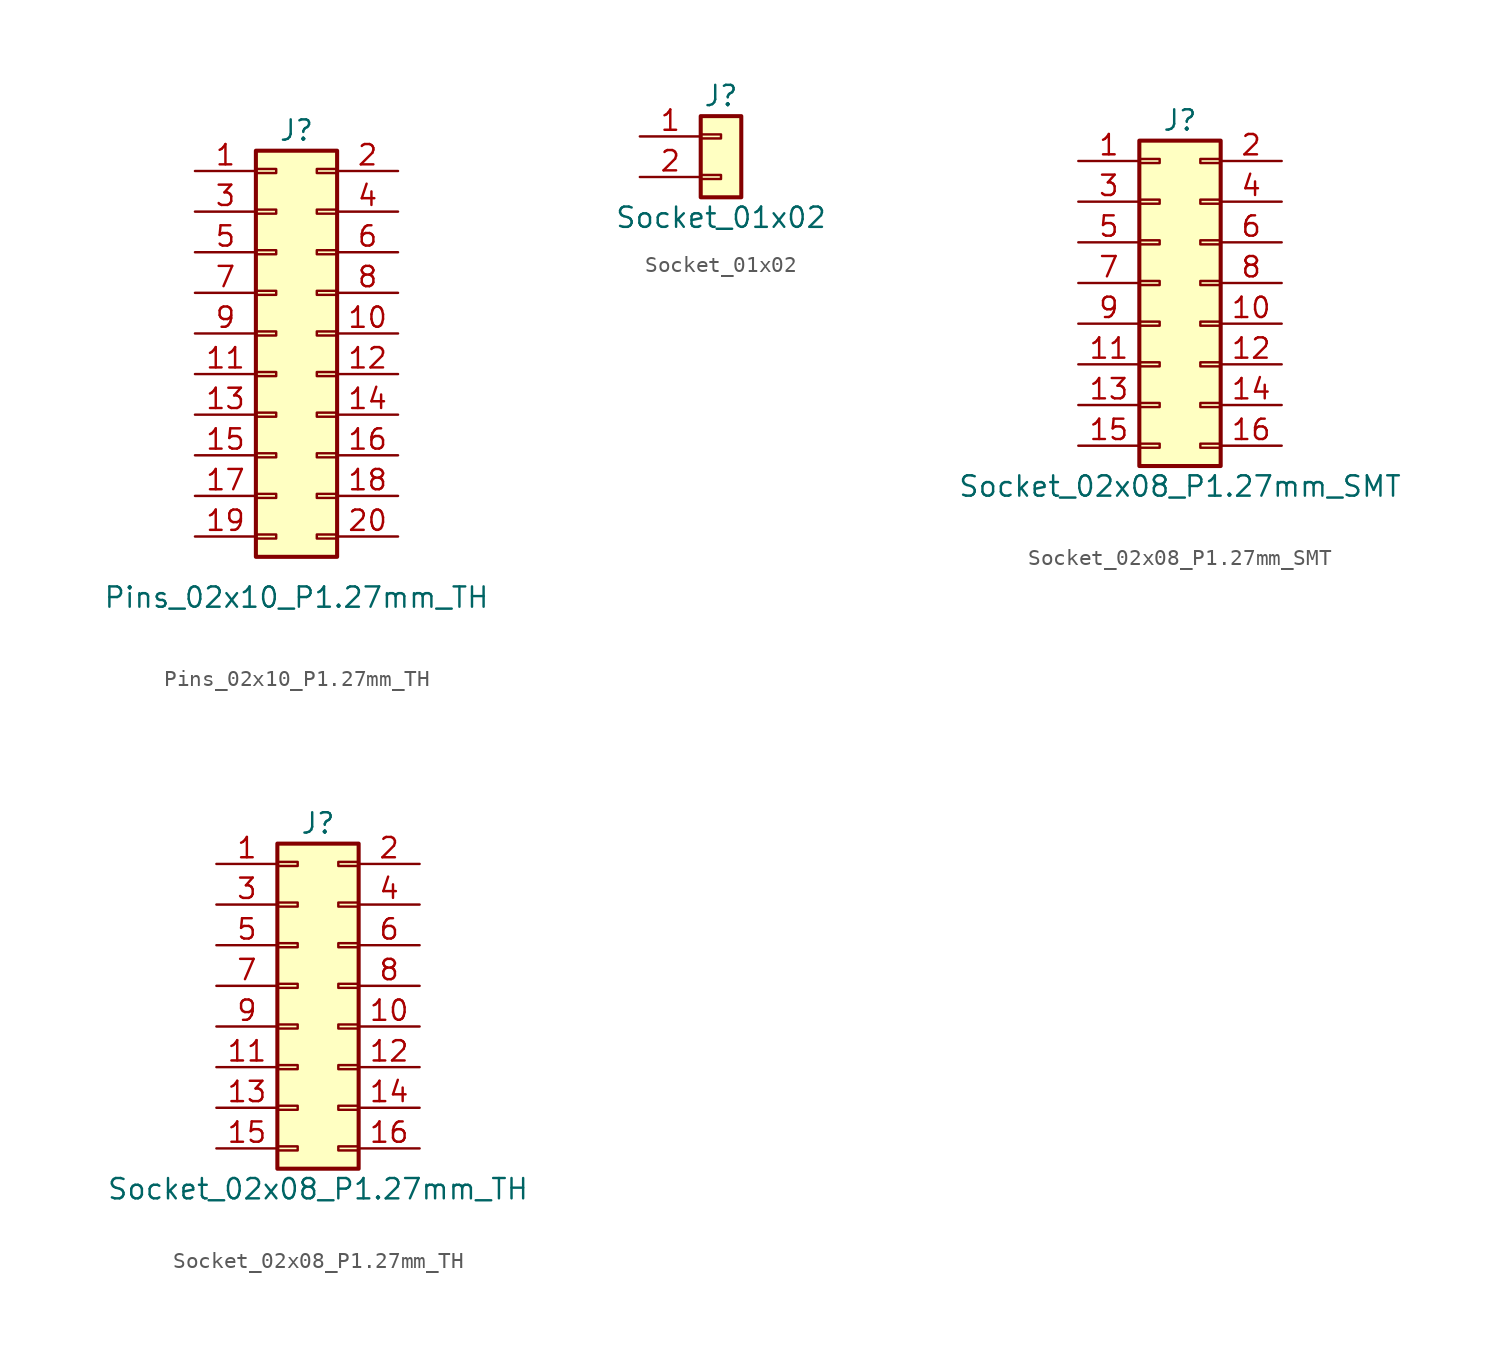
<source format=kicad_sym>
(kicad_symbol_lib
  (version 20211014)
  (generator kicad_symbol_editor)
  (symbol "Pins_02x10_P1.27mm_TH"
    (pin_names
      (offset 1.016) hide)
    (property "Reference" "J"
      (at 0 13.97 0)
      (effects (font (size 1.27 1.27))))
    (property "Value" "Pins_02x10_P1.27mm_TH"
      (at 0 -15.24 0)
      (effects (font (size 1.27 1.27))))
    (symbol "Pins_02x10_P1.27mm_TH_1_1"
      (rectangle (start -2.54 -11.303) (end -1.27 -11.557) (stroke (width 0) (type default) (color 0 0 0 0)) (fill (type none)))
      (rectangle (start -2.54 -8.763) (end -1.27 -9.017) (stroke (width 0) (type default) (color 0 0 0 0)) (fill (type none)))
      (rectangle (start -2.54 -6.223) (end -1.27 -6.477) (stroke (width 0) (type default) (color 0 0 0 0)) (fill (type none)))
      (rectangle (start -2.54 -3.683) (end -1.27 -3.937) (stroke (width 0) (type default) (color 0 0 0 0)) (fill (type none)))
      (rectangle (start -2.54 -1.143) (end -1.27 -1.397) (stroke (width 0) (type default) (color 0 0 0 0)) (fill (type none)))
      (rectangle (start -2.54 1.397) (end -1.27 1.143) (stroke (width 0) (type default) (color 0 0 0 0)) (fill (type none)))
      (rectangle (start -2.54 3.937) (end -1.27 3.683) (stroke (width 0) (type default) (color 0 0 0 0)) (fill (type none)))
      (rectangle (start -2.54 6.477) (end -1.27 6.223) (stroke (width 0) (type default) (color 0 0 0 0)) (fill (type none)))
      (rectangle (start -2.54 9.017) (end -1.27 8.763) (stroke (width 0) (type default) (color 0 0 0 0)) (fill (type none)))
      (rectangle (start -2.54 11.557) (end -1.27 11.303) (stroke (width 0) (type default) (color 0 0 0 0)) (fill (type none)))
      (rectangle (start -2.54 12.7) (end 2.54 -12.7) (stroke (width 0.254) (type default) (color 0 0 0 0)) (fill (type background)))
      (rectangle (start 1.27 -11.303) (end 2.54 -11.557) (stroke (width 0) (type default) (color 0 0 0 0)) (fill (type none)))
      (rectangle (start 1.27 -8.763) (end 2.54 -9.017) (stroke (width 0) (type default) (color 0 0 0 0)) (fill (type none)))
      (rectangle (start 1.27 -6.223) (end 2.54 -6.477) (stroke (width 0) (type default) (color 0 0 0 0)) (fill (type none)))
      (rectangle (start 1.27 -3.683) (end 2.54 -3.937) (stroke (width 0) (type default) (color 0 0 0 0)) (fill (type none)))
      (rectangle (start 1.27 -1.143) (end 2.54 -1.397) (stroke (width 0) (type default) (color 0 0 0 0)) (fill (type none)))
      (rectangle (start 1.27 1.397) (end 2.54 1.143) (stroke (width 0) (type default) (color 0 0 0 0)) (fill (type none)))
      (rectangle (start 1.27 3.937) (end 2.54 3.683) (stroke (width 0) (type default) (color 0 0 0 0)) (fill (type none)))
      (rectangle (start 1.27 6.477) (end 2.54 6.223) (stroke (width 0) (type default) (color 0 0 0 0)) (fill (type none)))
      (rectangle (start 1.27 9.017) (end 2.54 8.763) (stroke (width 0) (type default) (color 0 0 0 0)) (fill (type none)))
      (rectangle (start 1.27 11.557) (end 2.54 11.303) (stroke (width 0) (type default) (color 0 0 0 0)) (fill (type none)))
      (pin passive line (at -6.35 11.43 0) (length 3.81) (name "1" (effects (font (size 1.27 1.27)))) (number "1" (effects (font (size 1.27 1.27)))))
      (pin passive line (at 6.35 1.27 180) (length 3.81) (name "10" (effects (font (size 1.27 1.27)))) (number "10" (effects (font (size 1.27 1.27)))))
      (pin passive line (at -6.35 -1.27 0) (length 3.81) (name "11" (effects (font (size 1.27 1.27)))) (number "11" (effects (font (size 1.27 1.27)))))
      (pin passive line (at 6.35 -1.27 180) (length 3.81) (name "12" (effects (font (size 1.27 1.27)))) (number "12" (effects (font (size 1.27 1.27)))))
      (pin passive line (at -6.35 -3.81 0) (length 3.81) (name "13" (effects (font (size 1.27 1.27)))) (number "13" (effects (font (size 1.27 1.27)))))
      (pin passive line (at 6.35 -3.81 180) (length 3.81) (name "14" (effects (font (size 1.27 1.27)))) (number "14" (effects (font (size 1.27 1.27)))))
      (pin passive line (at -6.35 -6.35 0) (length 3.81) (name "15" (effects (font (size 1.27 1.27)))) (number "15" (effects (font (size 1.27 1.27)))))
      (pin passive line (at 6.35 -6.35 180) (length 3.81) (name "16" (effects (font (size 1.27 1.27)))) (number "16" (effects (font (size 1.27 1.27)))))
      (pin passive line (at -6.35 -8.89 0) (length 3.81) (name "17" (effects (font (size 1.27 1.27)))) (number "17" (effects (font (size 1.27 1.27)))))
      (pin passive line (at 6.35 -8.89 180) (length 3.81) (name "18" (effects (font (size 1.27 1.27)))) (number "18" (effects (font (size 1.27 1.27)))))
      (pin passive line (at -6.35 -11.43 0) (length 3.81) (name "19" (effects (font (size 1.27 1.27)))) (number "19" (effects (font (size 1.27 1.27)))))
      (pin passive line (at 6.35 11.43 180) (length 3.81) (name "2" (effects (font (size 1.27 1.27)))) (number "2" (effects (font (size 1.27 1.27)))))
      (pin passive line (at 6.35 -11.43 180) (length 3.81) (name "20" (effects (font (size 1.27 1.27)))) (number "20" (effects (font (size 1.27 1.27)))))
      (pin passive line (at -6.35 8.89 0) (length 3.81) (name "3" (effects (font (size 1.27 1.27)))) (number "3" (effects (font (size 1.27 1.27)))))
      (pin passive line (at 6.35 8.89 180) (length 3.81) (name "4" (effects (font (size 1.27 1.27)))) (number "4" (effects (font (size 1.27 1.27)))))
      (pin passive line (at -6.35 6.35 0) (length 3.81) (name "5" (effects (font (size 1.27 1.27)))) (number "5" (effects (font (size 1.27 1.27)))))
      (pin passive line (at 6.35 6.35 180) (length 3.81) (name "6" (effects (font (size 1.27 1.27)))) (number "6" (effects (font (size 1.27 1.27)))))
      (pin passive line (at -6.35 3.81 0) (length 3.81) (name "7" (effects (font (size 1.27 1.27)))) (number "7" (effects (font (size 1.27 1.27)))))
      (pin passive line (at 6.35 3.81 180) (length 3.81) (name "8" (effects (font (size 1.27 1.27)))) (number "8" (effects (font (size 1.27 1.27)))))
      (pin passive line (at -6.35 1.27 0) (length 3.81) (name "9" (effects (font (size 1.27 1.27)))) (number "9" (effects (font (size 1.27 1.27)))))))
  (symbol "Socket_01x02"
    (pin_names
      (offset 1.016) hide)
    (property "Reference" "J"
      (at 0 2.54 0)
      (effects (font (size 1.27 1.27))))
    (property "Value" "Socket_01x02"
      (at 0 -5.08 0)
      (effects (font (size 1.27 1.27))))
    (symbol "Socket_01x02_1_1"
      (rectangle (start -1.27 -2.413) (end 0 -2.667) (stroke (width 0.152) (type default) (color 0 0 0 0)) (fill (type none)))
      (rectangle (start -1.27 0.127) (end 0 -0.127) (stroke (width 0.152) (type default) (color 0 0 0 0)) (fill (type none)))
      (rectangle (start -1.27 1.27) (end 1.27 -3.81) (stroke (width 0.254) (type default) (color 0 0 0 0)) (fill (type background)))
      (pin passive line (at -5.08 0 0) (length 3.81) (name "Pin_1" (effects (font (size 1.27 1.27)))) (number "1" (effects (font (size 1.27 1.27)))))
      (pin passive line (at -5.08 -2.54 0) (length 3.81) (name "Pin_2" (effects (font (size 1.27 1.27)))) (number "2" (effects (font (size 1.27 1.27)))))))
  (symbol "Socket_02x08_P1.27mm_SMT"
    (pin_names
      (offset 1.016) hide)
    (property "Reference" "J"
      (at 0 11.43 0)
      (effects (font (size 1.27 1.27))))
    (property "Value" "Socket_02x08_P1.27mm_SMT"
      (at 0 -11.43 0)
      (effects (font (size 1.27 1.27))))
    (symbol "Socket_02x08_P1.27mm_SMT_1_1"
      (rectangle (start -2.54 -8.763) (end -1.27 -9.017) (stroke (width 0) (type default) (color 0 0 0 0)) (fill (type none)))
      (rectangle (start -2.54 -6.223) (end -1.27 -6.477) (stroke (width 0) (type default) (color 0 0 0 0)) (fill (type none)))
      (rectangle (start -2.54 -3.683) (end -1.27 -3.937) (stroke (width 0) (type default) (color 0 0 0 0)) (fill (type none)))
      (rectangle (start -2.54 -1.143) (end -1.27 -1.397) (stroke (width 0) (type default) (color 0 0 0 0)) (fill (type none)))
      (rectangle (start -2.54 1.397) (end -1.27 1.143) (stroke (width 0) (type default) (color 0 0 0 0)) (fill (type none)))
      (rectangle (start -2.54 3.937) (end -1.27 3.683) (stroke (width 0) (type default) (color 0 0 0 0)) (fill (type none)))
      (rectangle (start -2.54 6.477) (end -1.27 6.223) (stroke (width 0) (type default) (color 0 0 0 0)) (fill (type none)))
      (rectangle (start -2.54 9.017) (end -1.27 8.763) (stroke (width 0) (type default) (color 0 0 0 0)) (fill (type none)))
      (rectangle (start -2.54 10.16) (end 2.54 -10.16) (stroke (width 0.254) (type default) (color 0 0 0 0)) (fill (type background)))
      (rectangle (start 1.27 -8.763) (end 2.54 -9.017) (stroke (width 0) (type default) (color 0 0 0 0)) (fill (type none)))
      (rectangle (start 1.27 -6.223) (end 2.54 -6.477) (stroke (width 0) (type default) (color 0 0 0 0)) (fill (type none)))
      (rectangle (start 1.27 -3.683) (end 2.54 -3.937) (stroke (width 0) (type default) (color 0 0 0 0)) (fill (type none)))
      (rectangle (start 1.27 -1.143) (end 2.54 -1.397) (stroke (width 0) (type default) (color 0 0 0 0)) (fill (type none)))
      (rectangle (start 1.27 1.397) (end 2.54 1.143) (stroke (width 0) (type default) (color 0 0 0 0)) (fill (type none)))
      (rectangle (start 1.27 3.937) (end 2.54 3.683) (stroke (width 0) (type default) (color 0 0 0 0)) (fill (type none)))
      (rectangle (start 1.27 6.477) (end 2.54 6.223) (stroke (width 0) (type default) (color 0 0 0 0)) (fill (type none)))
      (rectangle (start 1.27 9.017) (end 2.54 8.763) (stroke (width 0) (type default) (color 0 0 0 0)) (fill (type none)))
      (pin passive line (at -6.35 8.89 0) (length 3.81) (name "P1" (effects (font (size 1.27 1.27)))) (number "1" (effects (font (size 1.27 1.27)))))
      (pin passive line (at 6.35 -1.27 180) (length 3.81) (name "GND" (effects (font (size 1.27 1.27)))) (number "10" (effects (font (size 1.27 1.27)))))
      (pin passive line (at -6.35 -3.81 0) (length 3.81) (name "GND" (effects (font (size 1.27 1.27)))) (number "11" (effects (font (size 1.27 1.27)))))
      (pin passive line (at 6.35 -3.81 180) (length 3.81) (name "GND" (effects (font (size 1.27 1.27)))) (number "12" (effects (font (size 1.27 1.27)))))
      (pin passive line (at -6.35 -6.35 0) (length 3.81) (name "-12" (effects (font (size 1.27 1.27)))) (number "13" (effects (font (size 1.27 1.27)))))
      (pin passive line (at 6.35 -6.35 180) (length 3.81) (name "-12V" (effects (font (size 1.27 1.27)))) (number "14" (effects (font (size 1.27 1.27)))))
      (pin passive line (at -6.35 -8.89 0) (length 3.81) (name "-12V" (effects (font (size 1.27 1.27)))) (number "15" (effects (font (size 1.27 1.27)))))
      (pin passive line (at 6.35 -8.89 180) (length 3.81) (name "P16" (effects (font (size 1.27 1.27)))) (number "16" (effects (font (size 1.27 1.27)))))
      (pin passive line (at 6.35 8.89 180) (length 3.81) (name "P2" (effects (font (size 1.27 1.27)))) (number "2" (effects (font (size 1.27 1.27)))))
      (pin passive line (at -6.35 6.35 0) (length 3.81) (name "P3" (effects (font (size 1.27 1.27)))) (number "3" (effects (font (size 1.27 1.27)))))
      (pin passive line (at 6.35 6.35 180) (length 3.81) (name "P4" (effects (font (size 1.27 1.27)))) (number "4" (effects (font (size 1.27 1.27)))))
      (pin passive line (at -6.35 3.81 0) (length 3.81) (name "+12V" (effects (font (size 1.27 1.27)))) (number "5" (effects (font (size 1.27 1.27)))))
      (pin passive line (at 6.35 3.81 180) (length 3.81) (name "P6" (effects (font (size 1.27 1.27)))) (number "6" (effects (font (size 1.27 1.27)))))
      (pin passive line (at -6.35 1.27 0) (length 3.81) (name "12V" (effects (font (size 1.27 1.27)))) (number "7" (effects (font (size 1.27 1.27)))))
      (pin passive line (at 6.35 1.27 180) (length 3.81) (name "+12V" (effects (font (size 1.27 1.27)))) (number "8" (effects (font (size 1.27 1.27)))))
      (pin passive line (at -6.35 -1.27 0) (length 3.81) (name "GND" (effects (font (size 1.27 1.27)))) (number "9" (effects (font (size 1.27 1.27)))))))
  (symbol "Socket_02x08_P1.27mm_TH"
    (pin_names
      (offset 1.016) hide)
    (property "Reference" "J"
      (at 0 11.43 0)
      (effects (font (size 1.27 1.27))))
    (property "Value" "Socket_02x08_P1.27mm_TH"
      (at 0 -11.43 0)
      (effects (font (size 1.27 1.27))))
    (symbol "Socket_02x08_P1.27mm_TH_1_1"
      (rectangle (start -2.54 -8.763) (end -1.27 -9.017) (stroke (width 0) (type default) (color 0 0 0 0)) (fill (type none)))
      (rectangle (start -2.54 -6.223) (end -1.27 -6.477) (stroke (width 0) (type default) (color 0 0 0 0)) (fill (type none)))
      (rectangle (start -2.54 -3.683) (end -1.27 -3.937) (stroke (width 0) (type default) (color 0 0 0 0)) (fill (type none)))
      (rectangle (start -2.54 -1.143) (end -1.27 -1.397) (stroke (width 0) (type default) (color 0 0 0 0)) (fill (type none)))
      (rectangle (start -2.54 1.397) (end -1.27 1.143) (stroke (width 0) (type default) (color 0 0 0 0)) (fill (type none)))
      (rectangle (start -2.54 3.937) (end -1.27 3.683) (stroke (width 0) (type default) (color 0 0 0 0)) (fill (type none)))
      (rectangle (start -2.54 6.477) (end -1.27 6.223) (stroke (width 0) (type default) (color 0 0 0 0)) (fill (type none)))
      (rectangle (start -2.54 9.017) (end -1.27 8.763) (stroke (width 0) (type default) (color 0 0 0 0)) (fill (type none)))
      (rectangle (start -2.54 10.16) (end 2.54 -10.16) (stroke (width 0.254) (type default) (color 0 0 0 0)) (fill (type background)))
      (rectangle (start 1.27 -8.763) (end 2.54 -9.017) (stroke (width 0) (type default) (color 0 0 0 0)) (fill (type none)))
      (rectangle (start 1.27 -6.223) (end 2.54 -6.477) (stroke (width 0) (type default) (color 0 0 0 0)) (fill (type none)))
      (rectangle (start 1.27 -3.683) (end 2.54 -3.937) (stroke (width 0) (type default) (color 0 0 0 0)) (fill (type none)))
      (rectangle (start 1.27 -1.143) (end 2.54 -1.397) (stroke (width 0) (type default) (color 0 0 0 0)) (fill (type none)))
      (rectangle (start 1.27 1.397) (end 2.54 1.143) (stroke (width 0) (type default) (color 0 0 0 0)) (fill (type none)))
      (rectangle (start 1.27 3.937) (end 2.54 3.683) (stroke (width 0) (type default) (color 0 0 0 0)) (fill (type none)))
      (rectangle (start 1.27 6.477) (end 2.54 6.223) (stroke (width 0) (type default) (color 0 0 0 0)) (fill (type none)))
      (rectangle (start 1.27 9.017) (end 2.54 8.763) (stroke (width 0) (type default) (color 0 0 0 0)) (fill (type none)))
      (pin passive line (at -6.35 8.89 0) (length 3.81) (name "1" (effects (font (size 1.27 1.27)))) (number "1" (effects (font (size 1.27 1.27)))))
      (pin passive line (at 6.35 -1.27 180) (length 3.81) (name "10" (effects (font (size 1.27 1.27)))) (number "10" (effects (font (size 1.27 1.27)))))
      (pin passive line (at -6.35 -3.81 0) (length 3.81) (name "11" (effects (font (size 1.27 1.27)))) (number "11" (effects (font (size 1.27 1.27)))))
      (pin passive line (at 6.35 -3.81 180) (length 3.81) (name "12" (effects (font (size 1.27 1.27)))) (number "12" (effects (font (size 1.27 1.27)))))
      (pin passive line (at -6.35 -6.35 0) (length 3.81) (name "13" (effects (font (size 1.27 1.27)))) (number "13" (effects (font (size 1.27 1.27)))))
      (pin passive line (at 6.35 -6.35 180) (length 3.81) (name "14" (effects (font (size 1.27 1.27)))) (number "14" (effects (font (size 1.27 1.27)))))
      (pin passive line (at -6.35 -8.89 0) (length 3.81) (name "15" (effects (font (size 1.27 1.27)))) (number "15" (effects (font (size 1.27 1.27)))))
      (pin passive line (at 6.35 -8.89 180) (length 3.81) (name "16" (effects (font (size 1.27 1.27)))) (number "16" (effects (font (size 1.27 1.27)))))
      (pin passive line (at 6.35 8.89 180) (length 3.81) (name "2" (effects (font (size 1.27 1.27)))) (number "2" (effects (font (size 1.27 1.27)))))
      (pin passive line (at -6.35 6.35 0) (length 3.81) (name "3" (effects (font (size 1.27 1.27)))) (number "3" (effects (font (size 1.27 1.27)))))
      (pin passive line (at 6.35 6.35 180) (length 3.81) (name "4" (effects (font (size 1.27 1.27)))) (number "4" (effects (font (size 1.27 1.27)))))
      (pin passive line (at -6.35 3.81 0) (length 3.81) (name "5" (effects (font (size 1.27 1.27)))) (number "5" (effects (font (size 1.27 1.27)))))
      (pin passive line (at 6.35 3.81 180) (length 3.81) (name "6" (effects (font (size 1.27 1.27)))) (number "6" (effects (font (size 1.27 1.27)))))
      (pin passive line (at -6.35 1.27 0) (length 3.81) (name "7" (effects (font (size 1.27 1.27)))) (number "7" (effects (font (size 1.27 1.27)))))
      (pin passive line (at 6.35 1.27 180) (length 3.81) (name "8" (effects (font (size 1.27 1.27)))) (number "8" (effects (font (size 1.27 1.27)))))
      (pin passive line (at -6.35 -1.27 0) (length 3.81) (name "9" (effects (font (size 1.27 1.27)))) (number "9" (effects (font (size 1.27 1.27))))))))
</source>
